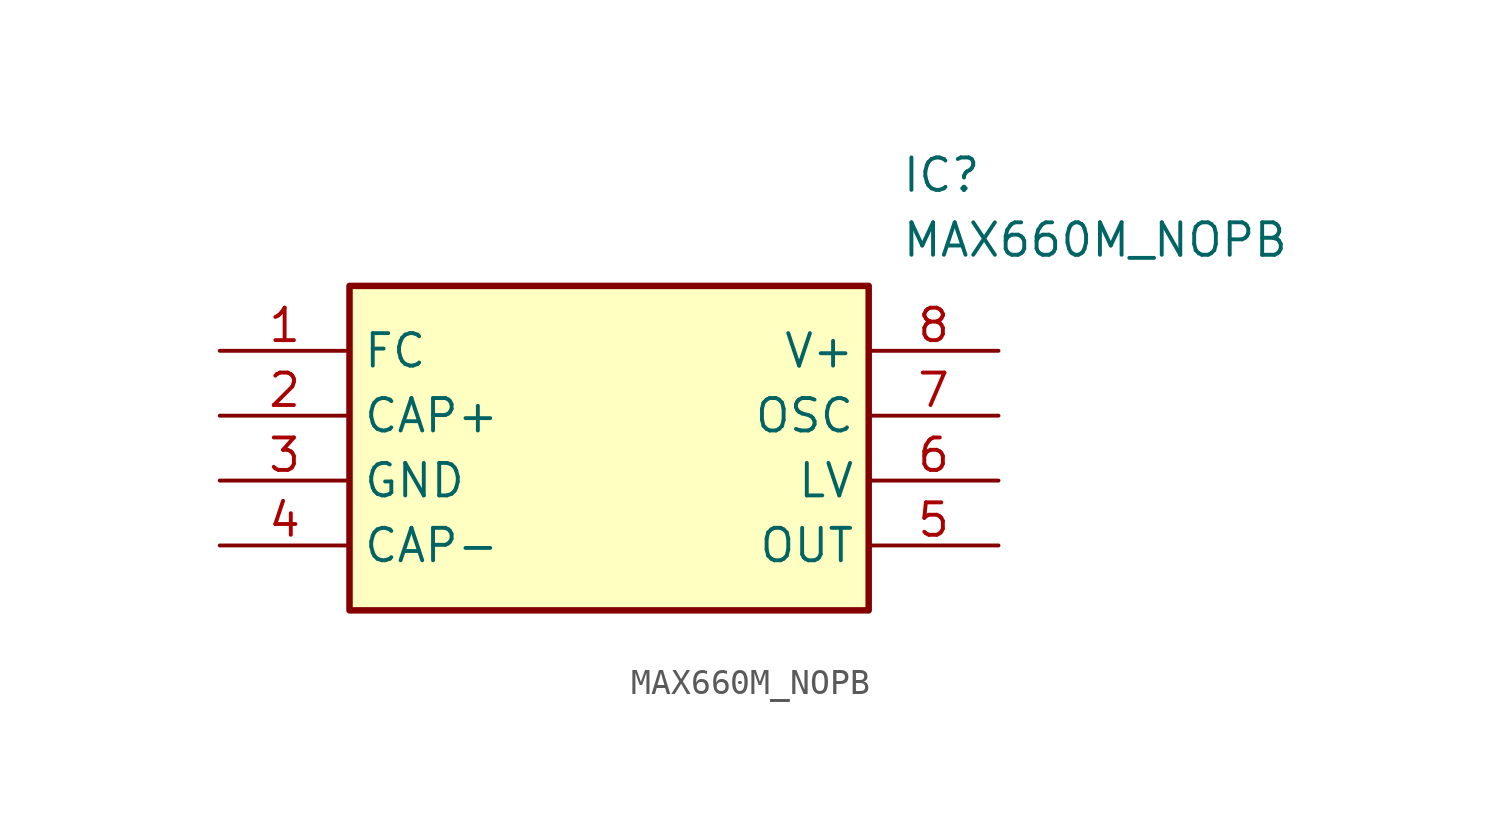
<source format=kicad_sym>
(kicad_symbol_lib
  (version 20211014)
  (generator SamacSys_ECAD_Model)
  (symbol "MAX660M_NOPB"
    (property "Reference" "IC"
      (at 26.67 7.62 0)
      (effects (font (size 1.27 1.27)) (justify left top)))
    (property "Value" "MAX660M_NOPB"
      (at 26.67 5.08 0)
      (effects (font (size 1.27 1.27)) (justify left top)))
    (rectangle
      (start 5.08 2.54)
      (end 25.4 -10.16)
      (stroke (width 0.254) (type default))
      (fill (type background)))
    (pin passive line
      (at 0 0 0)
      (length 5.08)
      (name "FC" (effects (font (size 1.27 1.27))))
      (number "1" (effects (font (size 1.27 1.27)))))
    (pin passive line
      (at 0 -2.54 0)
      (length 5.08)
      (name "CAP+" (effects (font (size 1.27 1.27))))
      (number "2" (effects (font (size 1.27 1.27)))))
    (pin passive line
      (at 0 -5.08 0)
      (length 5.08)
      (name "GND" (effects (font (size 1.27 1.27))))
      (number "3" (effects (font (size 1.27 1.27)))))
    (pin passive line
      (at 0 -7.62 0)
      (length 5.08)
      (name "CAP-" (effects (font (size 1.27 1.27))))
      (number "4" (effects (font (size 1.27 1.27)))))
    (pin passive line
      (at 30.48 0 180)
      (length 5.08)
      (name "V+" (effects (font (size 1.27 1.27))))
      (number "8" (effects (font (size 1.27 1.27)))))
    (pin passive line
      (at 30.48 -2.54 180)
      (length 5.08)
      (name "OSC" (effects (font (size 1.27 1.27))))
      (number "7" (effects (font (size 1.27 1.27)))))
    (pin passive line
      (at 30.48 -5.08 180)
      (length 5.08)
      (name "LV" (effects (font (size 1.27 1.27))))
      (number "6" (effects (font (size 1.27 1.27)))))
    (pin passive line
      (at 30.48 -7.62 180)
      (length 5.08)
      (name "OUT" (effects (font (size 1.27 1.27))))
      (number "5" (effects (font (size 1.27 1.27)))))))
</source>
